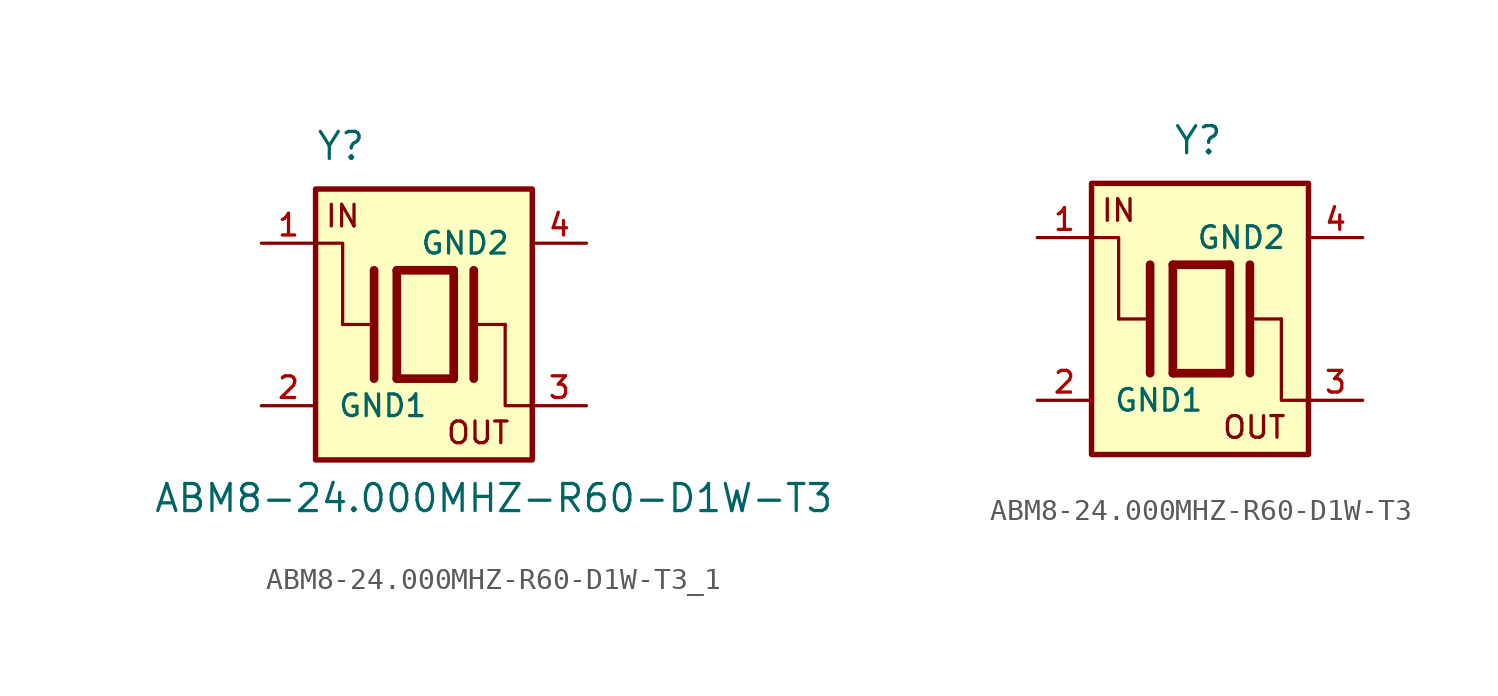
<source format=kicad_sym>
(kicad_symbol_lib
  (version 20220331)
  (generator kicad_symbol_editor)
  (symbol "ABM8-24.000MHZ-R60-D1W-T3_1"
    (pin_names
      (offset 1.016))
    (property "Reference" "Y"
      (at -5.08 6.35 0)
      (effects (font (size 1.27 1.27)) (justify left bottom)))
    (property "Value" "ABM8-24.000MHZ-R60-D1W-T3"
      (at -12.7 -10.16 0)
      (effects (font (size 1.27 1.27)) (justify left bottom)))
    (property "ki_locked" ""
      (at 0 0 0)
      (effects (font (size 1.27 1.27))))
    (symbol "ABM8-24.000MHZ-R60-D1W-T3_1_0_0"
      (rectangle (start -5.08 5.08) (end 5.08 -7.62) (stroke (width 0.254) (type solid)) (fill (type background)))
      (polyline (pts (xy -3.81 -1.27) (xy -2.54 -1.27)) (stroke (width 0.152) (type solid)) (fill (type none)))
      (polyline (pts (xy -2.337 1.27) (xy -2.337 -3.81)) (stroke (width 0.406) (type solid)) (fill (type none)))
      (polyline (pts (xy -1.27 1.27) (xy -1.27 -3.81)) (stroke (width 0.406) (type solid)) (fill (type none)))
      (polyline (pts (xy -1.27 1.27) (xy 1.397 1.27)) (stroke (width 0.406) (type solid)) (fill (type none)))
      (polyline (pts (xy 1.397 -3.81) (xy -1.27 -3.81)) (stroke (width 0.406) (type solid)) (fill (type none)))
      (polyline (pts (xy 1.397 1.27) (xy 1.397 -3.81)) (stroke (width 0.406) (type solid)) (fill (type none)))
      (polyline (pts (xy 2.337 1.27) (xy 2.337 -3.81)) (stroke (width 0.406) (type solid)) (fill (type none)))
      (polyline (pts (xy 2.54 -1.27) (xy 3.81 -1.27)) (stroke (width 0.152) (type solid)) (fill (type none)))
      (text "IN" (at -3.81 3.81 0) (effects (font (size 1.016 1.016))))
      (text "OUT" (at 2.54 -6.35 0) (effects (font (size 1.016 1.016))))
      (pin passive line (at -7.62 2.54 0) (length 2.54) (name "~" (effects (font (size 1.016 1.016)))) (number "1" (effects (font (size 1.016 1.016)))))
      (pin power_in line (at -7.62 -5.08 0) (length 2.54) (name "GND1" (effects (font (size 1.016 1.016)))) (number "2" (effects (font (size 1.016 1.016)))))
      (pin passive line (at 7.62 -5.08 180) (length 2.54) (name "~" (effects (font (size 1.016 1.016)))) (number "3" (effects (font (size 1.016 1.016)))))
      (pin power_in line (at 7.62 2.54 180) (length 2.54) (name "GND2" (effects (font (size 1.016 1.016)))) (number "4" (effects (font (size 1.016 1.016))))))
    (symbol "ABM8-24.000MHZ-R60-D1W-T3_1_0_1"
      (polyline (pts (xy -5.08 2.54) (xy -3.81 2.54) (xy -3.81 -1.27)) (stroke (width 0) (type default)) (fill (type none)))
      (polyline (pts (xy 3.81 -1.27) (xy 3.81 -5.08) (xy 5.08 -5.08)) (stroke (width 0) (type default)) (fill (type none)))))
  (symbol "ABM8-24.000MHZ-R60-D1W-T3"
    (pin_names
      (offset 1.016))
    (property "Reference" "Y"
      (at -1.27 6.35 0)
      (effects (font (size 1.27 1.27)) (justify left bottom)))
    (property "ki_locked" ""
      (at 0 0 0)
      (effects (font (size 1.27 1.27))))
    (symbol "ABM8-24.000MHZ-R60-D1W-T3_0_0"
      (rectangle (start -5.08 5.08) (end 5.08 -7.62) (stroke (width 0.254) (type solid)) (fill (type background)))
      (polyline (pts (xy -3.81 -1.27) (xy -2.54 -1.27)) (stroke (width 0.152) (type solid)) (fill (type none)))
      (polyline (pts (xy -2.337 1.27) (xy -2.337 -3.81)) (stroke (width 0.406) (type solid)) (fill (type none)))
      (polyline (pts (xy -1.27 1.27) (xy -1.27 -3.81)) (stroke (width 0.406) (type solid)) (fill (type none)))
      (polyline (pts (xy -1.27 1.27) (xy 1.397 1.27)) (stroke (width 0.406) (type solid)) (fill (type none)))
      (polyline (pts (xy 1.397 -3.81) (xy -1.27 -3.81)) (stroke (width 0.406) (type solid)) (fill (type none)))
      (polyline (pts (xy 1.397 1.27) (xy 1.397 -3.81)) (stroke (width 0.406) (type solid)) (fill (type none)))
      (polyline (pts (xy 2.337 1.27) (xy 2.337 -3.81)) (stroke (width 0.406) (type solid)) (fill (type none)))
      (polyline (pts (xy 2.54 -1.27) (xy 3.81 -1.27)) (stroke (width 0.152) (type solid)) (fill (type none)))
      (text "IN" (at -3.81 3.81 0) (effects (font (size 1.016 1.016))))
      (text "OUT" (at 2.54 -6.35 0) (effects (font (size 1.016 1.016))))
      (pin passive line (at -7.62 2.54 0) (length 2.54) (name "~" (effects (font (size 1.016 1.016)))) (number "1" (effects (font (size 1.016 1.016)))))
      (pin power_in line (at -7.62 -5.08 0) (length 2.54) (name "GND1" (effects (font (size 1.016 1.016)))) (number "2" (effects (font (size 1.016 1.016)))))
      (pin passive line (at 7.62 -5.08 180) (length 2.54) (name "~" (effects (font (size 1.016 1.016)))) (number "3" (effects (font (size 1.016 1.016)))))
      (pin power_in line (at 7.62 2.54 180) (length 2.54) (name "GND2" (effects (font (size 1.016 1.016)))) (number "4" (effects (font (size 1.016 1.016))))))
    (symbol "ABM8-24.000MHZ-R60-D1W-T3_0_1"
      (polyline (pts (xy -5.08 2.54) (xy -3.81 2.54) (xy -3.81 -1.27)) (stroke (width 0) (type default)) (fill (type none)))
      (polyline (pts (xy 3.81 -1.27) (xy 3.81 -5.08) (xy 5.08 -5.08)) (stroke (width 0) (type default)) (fill (type none))))))
</source>
